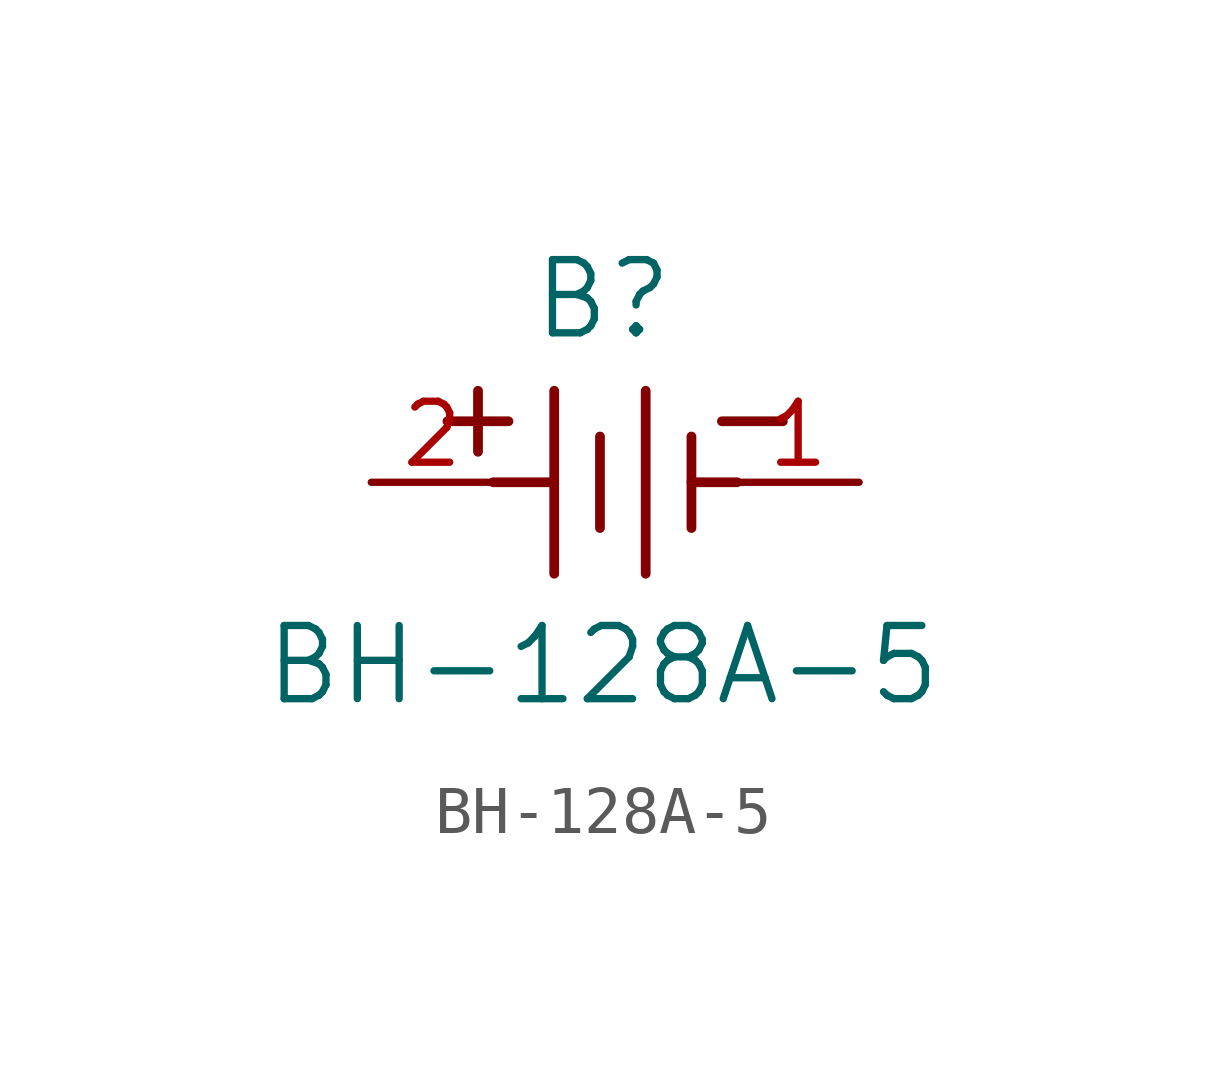
<source format=kicad_sym>
(kicad_symbol_lib
  (version 20211014)
  (generator kicad_symbol_editor)
  (symbol "BH-128A-5"
    (pin_names
      (offset 0.254))
    (property "Reference" "B"
      (at 4.826 3.81 0)
      (effects (font (size 1.524 1.524))))
    (property "Value" "BH-128A-5"
      (at 4.826 -3.81 0)
      (effects (font (size 1.524 1.524))))
    (symbol "BH-128A-5_0_1"
      (polyline (pts (xy 2.223 0.635) (xy 2.223 1.905)) (stroke (width 0.203) (type default) (color 0 0 0 0)) (fill (type none)))
      (polyline (pts (xy 6.668 0) (xy 7.62 0)) (stroke (width 0.203) (type default) (color 0 0 0 0)) (fill (type none)))
      (polyline (pts (xy 3.81 -1.905) (xy 3.81 1.905)) (stroke (width 0.203) (type default) (color 0 0 0 0)) (fill (type none)))
      (polyline (pts (xy 1.587 1.27) (xy 2.857 1.27)) (stroke (width 0.203) (type default) (color 0 0 0 0)) (fill (type none)))
      (polyline (pts (xy 2.54 0) (xy 3.81 0)) (stroke (width 0.203) (type default) (color 0 0 0 0)) (fill (type none)))
      (polyline (pts (xy 5.715 -1.905) (xy 5.715 1.905)) (stroke (width 0.203) (type default) (color 0 0 0 0)) (fill (type none)))
      (polyline (pts (xy 6.668 0.953) (xy 6.668 -0.953)) (stroke (width 0.203) (type default) (color 0 0 0 0)) (fill (type none)))
      (polyline (pts (xy 4.763 0.953) (xy 4.763 -0.953)) (stroke (width 0.203) (type default) (color 0 0 0 0)) (fill (type none)))
      (polyline (pts (xy 7.303 1.27) (xy 8.572 1.27)) (stroke (width 0.203) (type default) (color 0 0 0 0)) (fill (type none)))
      (pin unspecified line (at 10.16 0 180) (length 2.54) (name "" (effects (font (size 1.27 1.27)))) (number "1" (effects (font (size 1.27 1.27)))))
      (pin unspecified line (at 0 0 0) (length 2.54) (name "" (effects (font (size 1.27 1.27)))) (number "2" (effects (font (size 1.27 1.27))))))))
</source>
